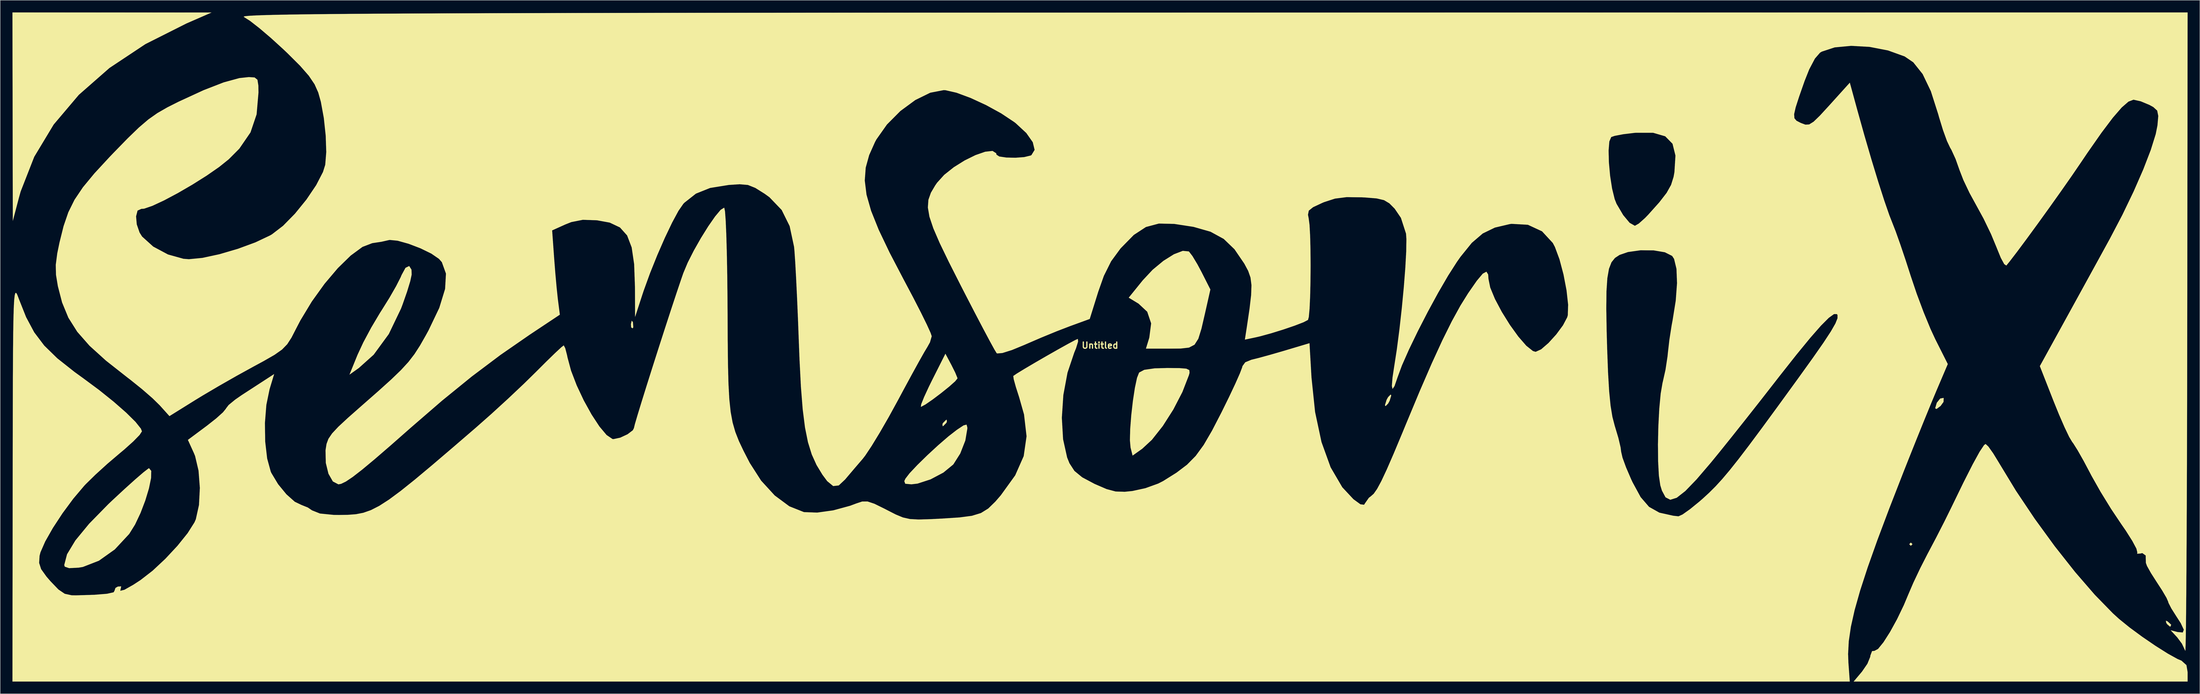
<source format=kicad_pcb>
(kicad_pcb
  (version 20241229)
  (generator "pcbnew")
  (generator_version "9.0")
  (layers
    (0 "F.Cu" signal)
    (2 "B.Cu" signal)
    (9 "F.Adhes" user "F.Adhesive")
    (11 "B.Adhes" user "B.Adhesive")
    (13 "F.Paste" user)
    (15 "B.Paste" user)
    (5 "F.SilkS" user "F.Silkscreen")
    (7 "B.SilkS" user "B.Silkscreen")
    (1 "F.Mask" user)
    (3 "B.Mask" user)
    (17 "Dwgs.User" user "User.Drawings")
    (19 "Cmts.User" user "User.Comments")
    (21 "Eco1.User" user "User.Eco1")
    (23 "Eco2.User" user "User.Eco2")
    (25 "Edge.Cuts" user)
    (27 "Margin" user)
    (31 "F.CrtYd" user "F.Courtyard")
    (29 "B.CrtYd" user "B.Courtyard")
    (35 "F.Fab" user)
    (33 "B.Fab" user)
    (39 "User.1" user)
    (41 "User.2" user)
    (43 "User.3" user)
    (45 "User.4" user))
  (footprint "Untitled"
    (layer "F.Cu")
    (at 266.705 81.761)
    (property "Reference" "Untitled" (at 0 0 0) (layer "F.SilkS") (effects (font (size 1.524 1.524) (thickness 0.3))))
    (attr through_hole)
    (fp_poly (pts (xy 199.231 48.816) (xy 198.834 49.212) (xy 198.438 48.816) (xy 198.834 48.419) (xy 199.231 48.816)) (stroke (width 0.01) (type solid)) (fill yes) (layer "F.SilkS"))
    (fp_poly (pts (xy -114.552 -5.705) (xy -114.457 -4.465) (xy -114.614 -4.184) (xy -114.975 -4.42) (xy -115.031 -5.226) (xy -114.837 -6.072) (xy -114.552 -5.705)) (stroke (width 0.01) (type solid)) (fill yes) (layer "F.SilkS"))
    (fp_poly (pts (xy 261.815 67.79) (xy 262.667 68.589) (xy 262.492 69.049) (xy 262.381 69.056) (xy 261.71 68.492) (xy 261.465 68.14) (xy 261.371 67.597) (xy 261.815 67.79)) (stroke (width 0.01) (type solid)) (fill yes) (layer "F.SilkS"))
    (fp_poly (pts (xy -37.555 18.769) (xy -37.703 19.05) (xy -38.451 19.808) (xy -38.591 19.844) (xy -38.645 19.331) (xy -38.497 19.05) (xy -37.749 18.292) (xy -37.609 18.256) (xy -37.555 18.769)) (stroke (width 0.01) (type solid)) (fill yes) (layer "F.SilkS"))
    (fp_poly (pts (xy 71.413 12.303) (xy 71.018 13.608) (xy 70.644 14.287) (xy 70.015 14.923) (xy 69.874 14.684) (xy 70.27 13.38) (xy 70.644 12.7) (xy 71.273 12.065) (xy 71.413 12.303)) (stroke (width 0.01) (type solid)) (fill yes) (layer "F.SilkS"))
    (fp_poly (pts (xy 206.88 12.94) (xy 206.853 13.87) (xy 206.129 14.873) (xy 205.13 15.618) (xy 204.8 15.45) (xy 205.196 14.09) (xy 206.03 13.051) (xy 206.833 12.899) (xy 206.88 12.94)) (stroke (width 0.01) (type solid)) (fill yes) (layer "F.SilkS"))
    (fp_poly (pts (xy -242.292 -81.747) (xy -217.884 -81.737) (xy -224.033 -79.052) (xy -234.099 -73.981) (xy -242.911 -68.123) (xy -250.423 -61.526) (xy -256.588 -54.238) (xy -261.36 -46.309) (xy -264.692 -37.785) (xy -265.129 -36.217) (xy -266.613 -30.559) (xy -266.656 -56.158) (xy -266.7 -81.756) (xy -242.292 -81.747)) (stroke (width 0.01) (type solid)) (fill yes) (layer "F.SilkS"))
    (fp_poly (pts (xy -36.454 4.795) (xy -35.508 6.69) (xy -34.989 7.959) (xy -34.958 8.11) (xy -35.525 8.819) (xy -36.993 10.124) (xy -38.962 11.713) (xy -41.031 13.275) (xy -42.798 14.498) (xy -43.863 15.071) (xy -43.936 15.081) (xy -43.839 14.429) (xy -43.139 12.678) (xy -41.967 10.14) (xy -41.192 8.565) (xy -37.915 2.049) (xy -36.454 4.795)) (stroke (width 0.01) (type solid)) (fill yes) (layer "F.SilkS"))
    (fp_poly (pts (xy -168.848 -18.598) (xy -168.807 -17.376) (xy -169.147 -15.778) (xy -169.936 -13.185) (xy -171.023 -10.077) (xy -171.413 -9.041) (xy -174.415 -2.782) (xy -178.12 2.286) (xy -181.761 5.551) (xy -184.055 7.184) (xy -182.072 2.303) (xy -180.659 -0.738) (xy -178.709 -4.385) (xy -176.594 -7.948) (xy -176.157 -8.631) (xy -174.26 -11.677) (xy -172.617 -14.541) (xy -171.498 -16.743) (xy -171.277 -17.276) (xy -170.317 -19.042) (xy -169.408 -19.487) (xy -168.848 -18.598)) (stroke (width 0.01) (type solid)) (fill yes) (layer "F.SilkS"))
    (fp_poly (pts (xy -32.548 20.116) (xy -32.544 20.465) (xy -33.034 23.362) (xy -34.279 26.551) (xy -35.94 29.175) (xy -36.027 29.275) (xy -38.409 31.229) (xy -41.557 32.896) (xy -44.745 33.935) (xy -46.264 34.114) (xy -47.767 33.974) (xy -47.996 33.332) (xy -47.728 32.736) (xy -46.706 31.406) (xy -44.801 29.38) (xy -42.351 26.979) (xy -39.693 24.525) (xy -37.165 22.338) (xy -35.123 20.751) (xy -33.474 19.653) (xy -32.738 19.455) (xy -32.548 20.116)) (stroke (width 0.01) (type solid)) (fill yes) (layer "F.SilkS"))
    (fp_poly (pts (xy 19.427 5.579) (xy 21.148 5.716) (xy 21.888 6.068) (xy 21.951 6.735) (xy 21.787 7.342) (xy 20.196 11.45) (xy 17.972 15.749) (xy 15.387 19.805) (xy 12.718 23.185) (xy 10.357 25.373) (xy 7.986 27.061) (xy 7.488 25.077) (xy 7.329 23.27) (xy 7.405 20.472) (xy 7.666 17.112) (xy 8.064 13.621) (xy 8.55 10.43) (xy 9.074 7.97) (xy 9.583 6.678) (xy 10.847 6.005) (xy 13.367 5.642) (xy 16.423 5.556) (xy 19.427 5.579)) (stroke (width 0.01) (type solid)) (fill yes) (layer "F.SilkS"))
    (fp_poly (pts (xy 21.763 -23.069) (xy 21.825 -23.021) (xy 22.661 -21.936) (xy 23.879 -19.909) (xy 24.9 -17.994) (xy 27.059 -13.726) (xy 25.738 -7.855) (xy 24.87 -4.106) (xy 24.106 -1.635) (xy 23.179 -0.176) (xy 21.824 0.538) (xy 19.776 0.772) (xy 17.112 0.794) (xy 11.261 0.794) (xy 12.088 -1.9) (xy 12.539 -5.406) (xy 11.577 -8.261) (xy 9.45 -10.248) (xy 7.037 -11.716) (xy 10.48 -15.978) (xy 12.894 -18.562) (xy 15.548 -20.76) (xy 18.123 -22.376) (xy 20.3 -23.211) (xy 21.763 -23.069)) (stroke (width 0.01) (type solid)) (fill yes) (layer "F.SilkS"))
    (fp_poly (pts (xy -232.667 30.825) (xy -232.712 32.589) (xy -233.232 35.122) (xy -234.128 38.091) (xy -235.297 41.161) (xy -236.639 44) (xy -238.053 46.273) (xy -238.087 46.319) (xy -241.602 50.1) (xy -245.498 52.872) (xy -249.431 54.404) (xy -250.474 54.578) (xy -252.805 54.699) (xy -253.865 54.341) (xy -254 53.932) (xy -253.313 51.291) (xy -251.27 47.901) (xy -247.896 43.797) (xy -243.215 39.011) (xy -242.256 38.099) (xy -239.231 35.289) (xy -236.599 32.916) (xy -234.58 31.174) (xy -233.394 30.256) (xy -233.199 30.163) (xy -232.667 30.825)) (stroke (width 0.01) (type solid)) (fill yes) (layer "F.SilkS"))
    (fp_poly (pts (xy 217.847 24.848) (xy 219.037 26.525) (xy 220.476 28.882) (xy 220.527 28.972) (xy 224.609 35.699) (xy 229.218 42.585) (xy 234.128 49.334) (xy 239.11 55.649) (xy 243.938 61.237) (xy 248.384 65.8) (xy 249.878 67.161) (xy 252.468 69.265) (xy 255.584 71.561) (xy 258.841 73.789) (xy 261.854 75.693) (xy 264.239 77.015) (xy 265.192 77.416) (xy 266.414 78.514) (xy 266.7 80.222) (xy 266.7 82.55) (xy 184.803 82.55) (xy 186.858 80.108) (xy 188.185 78.172) (xy 188.882 76.458) (xy 188.912 76.164) (xy 189.324 75.074) (xy 189.905 75.015) (xy 190.787 74.545) (xy 192.121 72.901) (xy 193.735 70.367) (xy 195.458 67.229) (xy 197.118 63.772) (xy 198.193 61.208) (xy 199.449 58.28) (xy 201.147 54.694) (xy 202.943 51.172) (xy 203.143 50.8) (xy 205.059 47.169) (xy 207.064 43.246) (xy 208.741 39.848) (xy 208.818 39.688) (xy 211.719 33.709) (xy 214.01 29.189) (xy 215.697 26.12) (xy 216.782 24.495) (xy 217.159 24.209) (xy 217.847 24.848)) (stroke (width 0.01) (type solid)) (fill yes) (layer "F.SilkS"))
    (fp_poly (pts (xy 266.608 -2.58) (xy 266.591 8.444) (xy 266.568 18.982) (xy 266.539 28.93) (xy 266.504 38.184) (xy 266.465 46.641) (xy 266.422 54.197) (xy 266.375 60.749) (xy 266.325 66.192) (xy 266.274 70.425) (xy 266.22 73.342) (xy 266.166 74.84) (xy 266.132 75.009) (xy 265.313 73.25) (xy 264.149 71.686) (xy 262.549 69.951) (xy 264.228 70.39) (xy 265.511 70.507) (xy 265.777 69.825) (xy 265.014 68.198) (xy 263.922 66.504) (xy 262.715 64.594) (xy 262.011 63.22) (xy 261.938 62.936) (xy 261.524 61.984) (xy 260.448 60.151) (xy 259.152 58.153) (xy 257.714 55.904) (xy 256.746 54.17) (xy 256.468 53.401) (xy 256.427 51.59) (xy 255.592 50.999) (xy 255.149 51.103) (xy 254.33 51.162) (xy 254.378 50.83) (xy 254.146 49.903) (xy 253.145 48.022) (xy 251.555 45.507) (xy 250.443 43.894) (xy 247.959 40.182) (xy 245.365 35.963) (xy 243.15 32.038) (xy 242.792 31.353) (xy 241.199 28.346) (xy 239.745 25.778) (xy 238.665 24.059) (xy 238.396 23.707) (xy 237.661 22.475) (xy 236.529 20.108) (xy 235.161 16.96) (xy 233.86 13.752) (xy 230.467 5.092) (xy 236.774 -6.384) (xy 239.363 -11.097) (xy 242.125 -16.131) (xy 244.779 -20.97) (xy 247.041 -25.1) (xy 247.64 -26.194) (xy 250.697 -32.03) (xy 253.464 -37.787) (xy 255.826 -43.194) (xy 257.672 -47.983) (xy 258.888 -51.883) (xy 259.312 -54.013) (xy 259.511 -56.336) (xy 259.246 -57.653) (xy 258.294 -58.525) (xy 257.316 -59.061) (xy 255.212 -59.937) (xy 253.473 -60.324) (xy 253.414 -60.325) (xy 252.2 -59.864) (xy 250.542 -58.42) (xy 248.363 -55.903) (xy 245.589 -52.222) (xy 242.142 -47.286) (xy 240.496 -44.847) (xy 238.338 -41.682) (xy 235.729 -37.949) (xy 232.874 -33.928) (xy 229.976 -29.901) (xy 227.236 -26.148) (xy 224.859 -22.95) (xy 223.046 -20.586) (xy 222.246 -19.607) (xy 221.73 -19.962) (xy 220.896 -21.496) (xy 219.922 -23.882) (xy 219.889 -23.973) (xy 218.504 -27.317) (xy 216.669 -31.122) (xy 214.942 -34.286) (xy 213.226 -37.426) (xy 211.721 -40.593) (xy 210.745 -43.115) (xy 210.731 -43.16) (xy 209.806 -45.769) (xy 208.778 -48.018) (xy 208.46 -48.562) (xy 207.69 -50.19) (xy 206.727 -52.847) (xy 205.754 -56.022) (xy 205.552 -56.753) (xy 203.741 -62.422) (xy 201.725 -66.633) (xy 199.431 -69.512) (xy 197.309 -70.958) (xy 193.229 -72.428) (xy 188.712 -73.301) (xy 184.206 -73.558) (xy 180.156 -73.178) (xy 177.01 -72.142) (xy 176.56 -71.875) (xy 175.308 -70.428) (xy 173.911 -67.78) (xy 172.78 -64.934) (xy 171.433 -61.08) (xy 170.584 -58.45) (xy 170.207 -56.772) (xy 170.281 -55.77) (xy 170.782 -55.17) (xy 171.686 -54.697) (xy 171.903 -54.599) (xy 172.965 -54.201) (xy 173.894 -54.247) (xy 174.983 -54.922) (xy 176.521 -56.409) (xy 178.801 -58.893) (xy 178.957 -59.066) (xy 183.868 -64.511) (xy 185.686 -57.854) (xy 187.43 -51.613) (xy 189.173 -45.632) (xy 190.833 -40.181) (xy 192.325 -35.53) (xy 193.566 -31.948) (xy 194.267 -30.163) (xy 195.117 -27.98) (xy 196.271 -24.728) (xy 197.574 -20.86) (xy 198.786 -17.094) (xy 200.269 -12.69) (xy 201.969 -8.139) (xy 203.655 -4.04) (xy 204.828 -1.506) (xy 207.891 4.584) (xy 205.066 11.222) (xy 203.794 14.269) (xy 202.117 18.371) (xy 200.206 23.104) (xy 198.234 28.042) (xy 197.085 30.946) (xy 193.541 40.052) (xy 190.608 47.861) (xy 188.244 54.52) (xy 186.404 60.178) (xy 185.048 64.983) (xy 184.13 69.084) (xy 183.609 72.63) (xy 183.441 75.768) (xy 183.514 77.841) (xy 183.854 82.55) (xy -266.7 82.55) (xy -266.642 33.536) (xy -266.629 23.515) (xy -266.614 14.974) (xy -266.593 7.807) (xy -266.562 1.907) (xy -266.518 -2.832) (xy -266.457 -6.518) (xy -266.377 -9.257) (xy -266.273 -11.157) (xy -266.142 -12.324) (xy -265.98 -12.864) (xy -265.783 -12.885) (xy -265.549 -12.494) (xy -265.274 -11.797) (xy -265.156 -11.469) (xy -263.354 -6.93) (xy -261.364 -3.206) (xy -258.907 0.048) (xy -255.705 3.178) (xy -251.478 6.527) (xy -249.341 8.075) (xy -245.435 10.973) (xy -241.856 13.851) (xy -238.817 16.517) (xy -236.527 18.782) (xy -235.199 20.452) (xy -234.95 21.113) (xy -235.529 22.002) (xy -237.076 23.588) (xy -239.308 25.591) (xy -240.433 26.53) (xy -243.418 29.075) (xy -246.368 31.76) (xy -248.732 34.079) (xy -249.099 34.47) (xy -251.775 37.634) (xy -254.415 41.21) (xy -256.791 44.837) (xy -258.673 48.155) (xy -259.832 50.805) (xy -260.055 51.673) (xy -260.162 53.419) (xy -259.672 54.945) (xy -258.36 56.778) (xy -257.378 57.914) (xy -255.426 59.949) (xy -253.875 61) (xy -252.192 61.364) (xy -251.153 61.382) (xy -246.62 61.245) (xy -243.519 60.995) (xy -241.908 60.639) (xy -241.703 60.315) (xy -241.433 59.557) (xy -240.857 59.227) (xy -240.042 59.174) (xy -240.115 59.54) (xy -240.269 60.272) (xy -239.24 60.016) (xy -237.073 58.791) (xy -235.291 57.629) (xy -232.337 55.336) (xy -229.208 52.41) (xy -226.235 49.216) (xy -223.746 46.117) (xy -222.073 43.476) (xy -221.729 42.693) (xy -220.958 39.196) (xy -220.743 34.988) (xy -221.066 30.754) (xy -221.906 27.178) (xy -222.186 26.486) (xy -223.675 23.207) (xy -219.026 19.74) (xy -216.752 17.946) (xy -215.081 16.444) (xy -214.341 15.53) (xy -214.33 15.478) (xy -213.689 14.643) (xy -212.082 13.321) (xy -210.528 12.241) (xy -207.986 10.589) (xy -205.641 9.064) (xy -204.652 8.421) (xy -202.531 7.043) (xy -203.659 10.791) (xy -204.443 14.617) (xy -204.795 19.072) (xy -204.725 23.632) (xy -204.245 27.776) (xy -203.368 30.981) (xy -203.202 31.349) (xy -201.559 34.084) (xy -199.522 36.568) (xy -197.464 38.403) (xy -195.836 39.183) (xy -194.265 39.815) (xy -193.236 40.516) (xy -191.284 41.295) (xy -187.877 41.632) (xy -186.608 41.645) (xy -184.415 41.608) (xy -182.48 41.46) (xy -180.655 41.106) (xy -178.793 40.453) (xy -176.747 39.406) (xy -174.369 37.872) (xy -171.513 35.755) (xy -168.03 32.963) (xy -163.774 29.401) (xy -158.597 24.976) (xy -153.12 20.254) (xy -149.282 16.861) (xy -145.139 13.068) (xy -141.221 9.365) (xy -138.367 6.562) (xy -135.787 3.984) (xy -133.628 1.883) (xy -132.122 0.48) (xy -131.51 0) (xy -131.146 0.694) (xy -130.699 2.417) (xy -130.588 2.972) (xy -129.719 6.212) (xy -128.333 9.827) (xy -126.6 13.516) (xy -124.687 16.977) (xy -122.766 19.91) (xy -121.003 22.014) (xy -119.57 22.986) (xy -119.327 23.019) (xy -117.657 22.663) (xy -115.859 21.824) (xy -114.567 20.843) (xy -114.3 20.315) (xy -114.066 19.35) (xy -113.415 17.125) (xy -112.426 13.887) (xy -111.18 9.885) (xy -109.753 5.366) (xy -108.226 0.579) (xy -106.677 -4.228) (xy -105.186 -8.808) (xy -103.83 -12.913) (xy -102.69 -16.294) (xy -102.178 -17.77) (xy -101.108 -20.324) (xy -99.607 -23.288) (xy -97.864 -26.362) (xy -96.064 -29.25) (xy -94.396 -31.651) (xy -93.047 -33.267) (xy -92.202 -33.8) (xy -92.144 -33.777) (xy -91.967 -32.905) (xy -91.8 -30.64) (xy -91.65 -27.179) (xy -91.521 -22.716) (xy -91.422 -17.446) (xy -91.357 -11.564) (xy -91.34 -8.701) (xy -91.305 -1.381) (xy -91.242 4.568) (xy -91.122 9.359) (xy -90.912 13.21) (xy -90.582 16.334) (xy -90.101 18.947) (xy -89.436 21.265) (xy -88.557 23.503) (xy -87.433 25.876) (xy -86.032 28.6) (xy -85.889 28.875) (xy -83.108 33.217) (xy -79.772 36.858) (xy -76.186 39.519) (xy -72.658 40.924) (xy -72.551 40.945) (xy -69.367 41.062) (xy -65.407 40.508) (xy -61.282 39.384) (xy -59.788 38.825) (xy -58.336 38.343) (xy -57.011 38.332) (xy -55.337 38.89) (xy -52.84 40.118) (xy -52.314 40.393) (xy -50.096 41.527) (xy -48.345 42.254) (xy -46.625 42.642) (xy -44.501 42.758) (xy -41.535 42.672) (xy -38.692 42.526) (xy -34.455 42.249) (xy -31.419 41.849) (xy -29.202 41.171) (xy -27.417 40.064) (xy -25.68 38.373) (xy -24.326 36.806) (xy -20.8 31.916) (xy -18.715 27.192) (xy -18.013 22.316) (xy -18.632 16.967) (xy -19.823 12.761) (xy -20.643 10.197) (xy -21.164 8.31) (xy -21.272 7.514) (xy -20.397 6.915) (xy -18.518 5.766) (xy -15.98 4.266) (xy -13.127 2.613) (xy -10.301 1.004) (xy -7.848 -0.363) (xy -6.109 -1.291) (xy -5.443 -1.588) (xy -5.378 -0.945) (xy -5.881 0.689) (xy -6.329 1.786) (xy -7.98 6.699) (xy -8.999 12.182) (xy -9.367 17.782) (xy -9.065 23.047) (xy -8.072 27.524) (xy -7.497 28.952) (xy -6.277 30.831) (xy -4.374 32.399) (xy -1.365 34.005) (xy -1.297 34.036) (xy 1.605 35.29) (xy 3.826 35.885) (xy 6.061 35.951) (xy 7.938 35.761) (xy 11.132 35.066) (xy 14.263 33.936) (xy 15.478 33.316) (xy 18.756 31.258) (xy 21.326 29.308) (xy 23.456 27.148) (xy 25.414 24.464) (xy 27.466 20.939) (xy 29.789 16.444) (xy 31.625 12.709) (xy 33.171 9.426) (xy 34.298 6.878) (xy 34.876 5.351) (xy 34.925 5.101) (xy 35.609 4.156) (xy 37.108 3.535) (xy 38.92 3.084) (xy 41.694 2.322) (xy 44.874 1.403) (xy 45.328 1.267) (xy 51.366 -0.536) (xy 51.852 7.868) (xy 52.733 16.352) (xy 54.309 23.744) (xy 56.546 29.942) (xy 59.407 34.842) (xy 62.148 37.78) (xy 63.851 39.024) (xy 64.75 39.143) (xy 64.975 38.786) (xy 65.933 37.417) (xy 66.4 37.065) (xy 67.112 36.439) (xy 67.945 35.249) (xy 68.985 33.322) (xy 70.314 30.484) (xy 72.017 26.565) (xy 74.178 21.392) (xy 74.979 19.447) (xy 78.379 11.281) (xy 81.339 4.447) (xy 83.94 -1.227) (xy 86.261 -5.909) (xy 88.382 -9.769) (xy 90.266 -12.798) (xy 92.395 -15.864) (xy 93.858 -17.607) (xy 94.754 -18.096) (xy 95.179 -17.402) (xy 95.25 -16.338) (xy 95.683 -14.205) (xy 96.841 -11.397) (xy 98.516 -8.237) (xy 100.495 -5.053) (xy 102.569 -2.169) (xy 104.528 0.088) (xy 106.161 1.393) (xy 106.822 1.587) (xy 108.168 0.976) (xy 109.975 -0.587) (xy 111.883 -2.692) (xy 113.533 -4.93) (xy 114.567 -6.892) (xy 114.712 -7.413) (xy 114.763 -9.03) (xy 124.144 -9.03) (xy 124.237 -3.468) (xy 124.356 0.794) (xy 124.576 6.694) (xy 124.847 11.275) (xy 125.195 14.808) (xy 125.647 17.562) (xy 126.232 19.806) (xy 126.3 20.017) (xy 127.112 22.74) (xy 127.654 25.05) (xy 127.794 26.138) (xy 128.123 27.574) (xy 128.996 29.969) (xy 130.242 32.867) (xy 130.592 33.616) (xy 132.574 37.264) (xy 134.632 39.652) (xy 137.164 41.077) (xy 140.567 41.833) (xy 141.853 41.977) (xy 142.853 41.522) (xy 144.676 40.229) (xy 146.984 38.346) (xy 147.806 37.627) (xy 149.388 36.173) (xy 150.939 34.624) (xy 152.576 32.831) (xy 154.417 30.648) (xy 156.578 27.926) (xy 159.176 24.517) (xy 162.33 20.273) (xy 166.155 15.047) (xy 170.77 8.69) (xy 171.322 7.927) (xy 174.798 3.085) (xy 177.399 -0.645) (xy 179.215 -3.415) (xy 180.336 -5.372) (xy 180.853 -6.667) (xy 180.854 -7.449) (xy 180.699 -7.685) (xy 179.99 -7.69) (xy 178.71 -6.768) (xy 176.794 -4.849) (xy 174.177 -1.861) (xy 170.794 2.268) (xy 166.582 7.607) (xy 165.4 9.128) (xy 161.926 13.587) (xy 158.329 18.158) (xy 154.891 22.489) (xy 151.89 26.228) (xy 149.812 28.774) (xy 146.289 32.896) (xy 143.533 35.757) (xy 141.426 37.409) (xy 139.848 37.908) (xy 138.677 37.307) (xy 137.795 35.661) (xy 137.4 34.371) (xy 137.05 32.011) (xy 136.861 28.511) (xy 136.82 24.306) (xy 136.919 19.834) (xy 137.146 15.532) (xy 137.492 11.836) (xy 137.946 9.184) (xy 138.001 8.977) (xy 138.67 5.995) (xy 139.173 2.677) (xy 139.256 1.834) (xy 139.621 -1.35) (xy 140.171 -4.886) (xy 140.412 -6.171) (xy 141.183 -10.984) (xy 141.499 -15.292) (xy 141.362 -18.806) (xy 140.774 -21.235) (xy 140.295 -21.97) (xy 138.511 -22.868) (xy 135.746 -23.334) (xy 132.551 -23.358) (xy 129.475 -22.928) (xy 127.397 -22.215) (xy 126.277 -21.476) (xy 125.421 -20.406) (xy 124.805 -18.815) (xy 124.403 -16.514) (xy 124.191 -13.316) (xy 124.144 -9.03) (xy 114.763 -9.03) (xy 114.793 -9.999) (xy 114.404 -13.514) (xy 113.659 -17.411) (xy 112.672 -21.142) (xy 111.555 -24.159) (xy 111.03 -25.156) (xy 108.392 -28.012) (xy 104.924 -29.62) (xy 100.922 -29.849) (xy 100.468 -29.786) (xy 96.83 -28.93) (xy 93.858 -27.487) (xy 91.173 -25.186) (xy 88.399 -21.757) (xy 87.51 -20.491) (xy 85.359 -17.124) (xy 82.921 -12.925) (xy 80.383 -8.256) (xy 77.931 -3.483) (xy 75.753 1.03) (xy 74.035 4.92) (xy 72.969 7.812) (xy 72.213 9.998) (xy 71.736 10.693) (xy 71.565 9.973) (xy 71.726 7.913) (xy 72.106 5.396) (xy 72.784 1.003) (xy 73.428 -3.959) (xy 74.009 -9.169) (xy 74.499 -14.309) (xy 74.868 -19.059) (xy 75.089 -23.1) (xy 75.133 -26.112) (xy 75.043 -27.439) (xy 73.788 -31.317) (xy 72.258 -33.567) (xy 70.954 -34.882) (xy 69.643 -35.667) (xy 67.839 -36.089) (xy 65.052 -36.317) (xy 64.178 -36.362) (xy 60.461 -36.406) (xy 57.615 -36.045) (xy 54.952 -35.181) (xy 54.486 -34.985) (xy 52.252 -33.939) (xy 51.192 -33.09) (xy 50.991 -32.079) (xy 51.16 -31.217) (xy 51.372 -29.589) (xy 51.521 -26.879) (xy 51.607 -23.429) (xy 51.635 -19.579) (xy 51.605 -15.669) (xy 51.521 -12.04) (xy 51.383 -9.031) (xy 51.195 -6.983) (xy 51 -6.256) (xy 49.913 -5.689) (xy 47.744 -4.852) (xy 44.946 -3.896) (xy 41.968 -2.972) (xy 39.261 -2.229) (xy 38.202 -1.983) (xy 35.525 -1.419) (xy 35.998 -4.48) (xy 36.673 -9.042) (xy 37.059 -12.372) (xy 37.14 -14.802) (xy 36.903 -16.662) (xy 36.336 -18.283) (xy 35.423 -19.996) (xy 35.355 -20.113) (xy 32.971 -23.609) (xy 30.332 -26.146) (xy 27.096 -27.914) (xy 22.927 -29.106) (xy 18.179 -29.834) (xy 14.429 -29.917) (xy 11.259 -29.074) (xy 8.283 -27.126) (xy 5.111 -23.892) (xy 4.986 -23.747) (xy 2.724 -20.659) (xy 0.934 -17.065) (xy -0.443 -13.166) (xy -2.525 -6.49) (xy -7.414 -4.707) (xy -10.61 -3.474) (xy -14.458 -1.893) (xy -18.174 -0.286) (xy -18.488 -0.146) (xy -21.597 1.136) (xy -23.943 1.874) (xy -25.235 1.98) (xy -25.348 1.912) (xy -25.892 1.022) (xy -27.041 -1.072) (xy -28.682 -4.156) (xy -30.704 -8.019) (xy -32.993 -12.448) (xy -34.139 -14.684) (xy -37.079 -20.495) (xy -39.309 -25.113) (xy -40.877 -28.745) (xy -41.831 -31.593) (xy -42.217 -33.862) (xy -42.083 -35.757) (xy -41.475 -37.482) (xy -40.441 -39.241) (xy -39.967 -39.931) (xy -38.213 -41.872) (xy -35.857 -43.745) (xy -33.198 -45.409) (xy -30.531 -46.725) (xy -28.154 -47.552) (xy -26.363 -47.748) (xy -25.456 -47.174) (xy -25.4 -46.831) (xy -24.703 -46.378) (xy -22.972 -46.123) (xy -20.752 -46.073) (xy -18.586 -46.235) (xy -17.017 -46.616) (xy -16.821 -46.72) (xy -16.137 -47.843) (xy 124.712 -47.843) (xy 124.787 -44.896) (xy 125.082 -41.648) (xy 125.565 -38.517) (xy 126.202 -35.921) (xy 126.657 -34.767) (xy 128.289 -31.997) (xy 129.868 -30.097) (xy 131.143 -29.369) (xy 131.171 -29.369) (xy 132.116 -29.907) (xy 133.641 -31.268) (xy 134.422 -32.076) (xy 137.146 -35.124) (xy 138.942 -37.446) (xy 140.036 -39.409) (xy 140.652 -41.378) (xy 140.86 -42.537) (xy 141.112 -46.611) (xy 140.393 -49.513) (xy 138.599 -51.346) (xy 135.624 -52.211) (xy 131.366 -52.21) (xy 130.995 -52.179) (xy 128.305 -51.853) (xy 126.207 -51.454) (xy 125.357 -51.162) (xy 124.891 -50.071) (xy 124.712 -47.843) (xy -16.137 -47.843) (xy -16.035 -48.01) (xy -16.493 -49.895) (xy -18.079 -52.154) (xy -20.676 -54.562) (xy -21.069 -54.864) (xy -24.24 -56.975) (xy -27.941 -59.007) (xy -31.738 -60.762) (xy -35.197 -62.045) (xy -37.885 -62.659) (xy -38.33 -62.685) (xy -41.64 -62.046) (xy -45.299 -60.248) (xy -48.953 -57.558) (xy -52.252 -54.241) (xy -54.845 -50.564) (xy -55.192 -49.917) (xy -56.614 -46.73) (xy -57.463 -43.653) (xy -57.695 -40.482) (xy -57.269 -37.013) (xy -56.141 -33.042) (xy -54.267 -28.366) (xy -51.604 -22.782) (xy -48.11 -16.085) (xy -47.959 -15.803) (xy -45.797 -11.717) (xy -43.926 -8.067) (xy -42.469 -5.102) (xy -41.547 -3.069) (xy -41.275 -2.251) (xy -41.701 -0.756) (xy -42.355 0.419) (xy -43.086 1.633) (xy -44.405 3.975) (xy -46.16 7.167) (xy -48.197 10.932) (xy -49.542 13.445) (xy -51.804 17.578) (xy -54.027 21.44) (xy -56.017 24.708) (xy -57.581 27.062) (xy -58.185 27.845) (xy -60.143 30.128) (xy -62.001 32.318) (xy -62.507 32.921) (xy -64.067 34.387) (xy -65.435 34.545) (xy -66.906 33.331) (xy -68.072 31.758) (xy -69.519 29.37) (xy -70.688 26.783) (xy -71.617 23.784) (xy -72.345 20.161) (xy -72.908 15.702) (xy -73.344 10.193) (xy -73.692 3.424) (xy -73.855 -0.794) (xy -74.069 -6.441) (xy -74.298 -11.782) (xy -74.527 -16.539) (xy -74.742 -20.434) (xy -74.93 -23.192) (xy -75.027 -24.209) (xy -76.11 -29.293) (xy -78.066 -33.25) (xy -81.059 -36.374) (xy -82.242 -37.232) (xy -84.538 -38.674) (xy -86.351 -39.396) (xy -88.385 -39.571) (xy -91.06 -39.396) (xy -95.62 -38.661) (xy -99.098 -37.266) (xy -101.927 -35.032) (xy -102.187 -34.76) (xy -103.376 -33.041) (xy -104.935 -30.152) (xy -106.715 -26.421) (xy -108.567 -22.178) (xy -110.343 -17.754) (xy -111.894 -13.477) (xy -112.244 -12.425) (xy -114.012 -6.991) (xy -114.047 -14.464) (xy -114.243 -19.942) (xy -114.847 -24.055) (xy -115.97 -26.997) (xy -117.724 -28.962) (xy -120.22 -30.146) (xy -123.363 -30.721) (xy -126.834 -30.839) (xy -129.657 -30.28) (xy -131.093 -29.71) (xy -134.358 -28.238) (xy -133.871 -21.461) (xy -133.584 -17.797) (xy -133.265 -14.254) (xy -132.976 -11.498) (xy -132.928 -11.113) (xy -132.471 -7.541) (xy -139.856 -2.626) (xy -147.024 2.339) (xy -154.054 7.632) (xy -161.333 13.556) (xy -168.974 20.169) (xy -173.955 24.56) (xy -177.908 27.976) (xy -180.964 30.522) (xy -183.259 32.304) (xy -184.927 33.427) (xy -186.102 33.996) (xy -186.77 34.123) (xy -188.129 33.408) (xy -189.207 31.518) (xy -189.856 28.861) (xy -189.925 25.842) (xy -189.902 25.603) (xy -189.678 24.191) (xy -189.215 22.943) (xy -188.317 21.62) (xy -186.788 19.984) (xy -184.434 17.796) (xy -181.141 14.888) (xy -176.986 11.235) (xy -173.82 8.377) (xy -171.43 6.071) (xy -169.6 4.076) (xy -168.118 2.151) (xy -166.768 0.054) (xy -165.337 -2.456) (xy -164.666 -3.682) (xy -162.029 -9.207) (xy -160.602 -13.868) (xy -160.39 -17.624) (xy -161.399 -20.434) (xy -162.106 -21.246) (xy -163.98 -22.537) (xy -166.633 -23.835) (xy -169.556 -24.953) (xy -172.244 -25.702) (xy -174.19 -25.896) (xy -174.506 -25.835) (xy -176.219 -25.447) (xy -178.471 -25.106) (xy -180.864 -24.187) (xy -183.746 -22.066) (xy -186.912 -18.972) (xy -190.16 -15.133) (xy -193.289 -10.776) (xy -196.094 -6.129) (xy -197.147 -4.105) (xy -198.28 -1.898) (xy -199.324 -0.283) (xy -200.6 1.026) (xy -202.427 2.314) (xy -205.126 3.865) (xy -207.566 5.187) (xy -211.651 7.438) (xy -216.048 9.948) (xy -220.078 12.326) (xy -221.853 13.411) (xy -228.203 17.367) (xy -230.584 14.715) (xy -232.36 12.974) (xy -234.938 10.73) (xy -237.829 8.405) (xy -238.522 7.877) (xy -243.77 3.742) (xy -247.802 0.086) (xy -250.811 -3.342) (xy -252.987 -6.797) (xy -254.524 -10.529) (xy -255.562 -14.54) (xy -256.02 -17.312) (xy -256.078 -19.777) (xy -255.71 -22.605) (xy -255.164 -25.256) (xy -254.16 -29.292) (xy -253 -32.68) (xy -251.486 -35.747) (xy -249.422 -38.819) (xy -246.61 -42.226) (xy -242.854 -46.293) (xy -241.91 -47.278) (xy -238.436 -50.845) (xy -235.703 -53.49) (xy -233.388 -55.469) (xy -231.166 -57.036) (xy -228.714 -58.448) (xy -225.964 -59.834) (xy -219.843 -62.657) (xy -214.904 -64.578) (xy -211.047 -65.635) (xy -208.729 -65.881) (xy -207.316 -65.787) (xy -206.624 -65.225) (xy -206.396 -63.779) (xy -206.375 -62.057) (xy -206.831 -56.732) (xy -208.329 -52.297) (xy -211.065 -48.312) (xy -213.658 -45.703) (xy -216.018 -43.807) (xy -219.089 -41.676) (xy -222.568 -39.483) (xy -226.146 -37.401) (xy -229.518 -35.606) (xy -232.379 -34.271) (xy -234.42 -33.57) (xy -235.107 -33.522) (xy -236.023 -33.105) (xy -236.39 -31.679) (xy -236.221 -29.721) (xy -235.531 -27.709) (xy -234.914 -26.725) (xy -232.177 -24.254) (xy -228.563 -22.32) (xy -224.769 -21.262) (xy -223.441 -21.159) (xy -220.12 -21.481) (xy -215.934 -22.385) (xy -211.422 -23.71) (xy -207.12 -25.294) (xy -203.566 -26.977) (xy -203.07 -27.264) (xy -200.344 -29.359) (xy -197.421 -32.34) (xy -194.609 -35.805) (xy -192.216 -39.352) (xy -190.549 -42.577) (xy -189.995 -44.348) (xy -189.745 -47.476) (xy -189.881 -51.509) (xy -190.342 -55.829) (xy -191.07 -59.817) (xy -191.714 -62.105) (xy -192.612 -64.114) (xy -194.021 -66.206) (xy -196.162 -68.658) (xy -199.26 -71.747) (xy -200.296 -72.731) (xy -203.299 -75.472) (xy -206.117 -77.876) (xy -208.434 -79.684) (xy -209.937 -80.64) (xy -209.947 -80.644) (xy -209.973 -80.748) (xy -209.536 -80.844) (xy -208.588 -80.934) (xy -207.081 -81.018) (xy -204.968 -81.096) (xy -202.201 -81.168) (xy -198.731 -81.235) (xy -194.512 -81.296) (xy -189.495 -81.352) (xy -183.634 -81.403) (xy -176.879 -81.45) (xy -169.184 -81.492) (xy -160.501 -81.529) (xy -150.781 -81.563) (xy -139.978 -81.593) (xy -128.043 -81.619) (xy -114.93 -81.641) (xy -100.589 -81.661) (xy -84.974 -81.678) (xy -68.036 -81.691) (xy -49.728 -81.703) (xy -30.003 -81.711) (xy -8.812 -81.718) (xy 13.893 -81.723) (xy 27.186 -81.725) (xy 266.7 -81.756) (xy 266.608 -2.58)) (stroke (width 0.01) (type solid)) (fill yes) (layer "F.SilkS")))
  (gr_rect
    (start -3 -3)
    (end 536.41 167.316)
    (stroke (width 0.1) (type default))
    (fill no)
    (layer "Edge.Cuts")))
</source>
